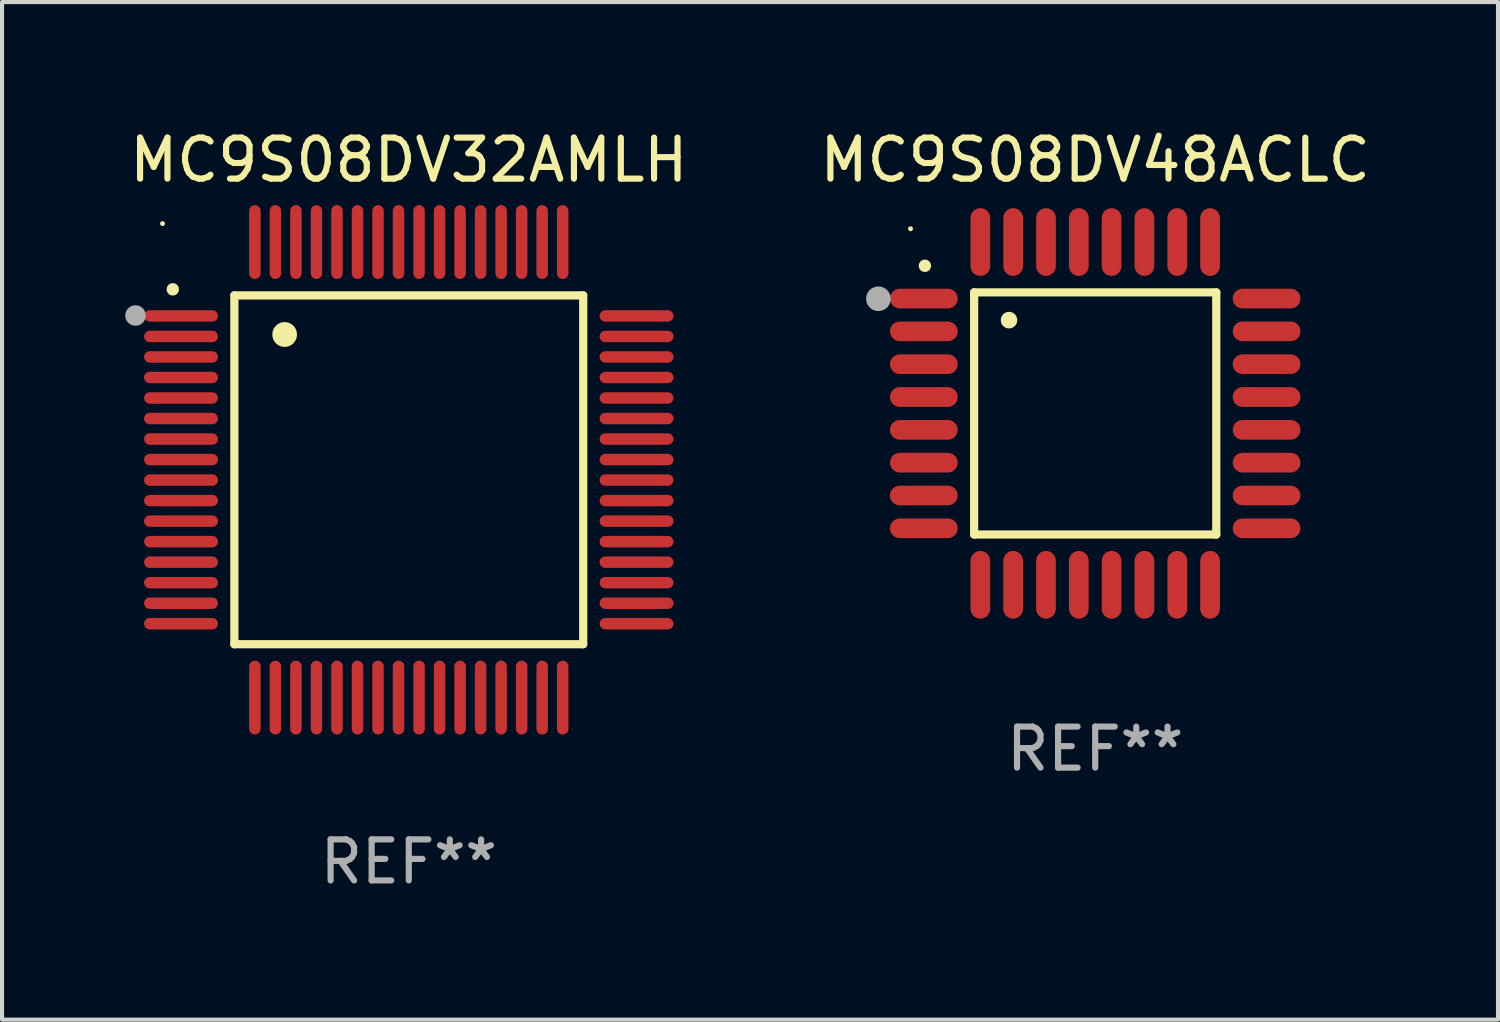
<source format=kicad_pcb>
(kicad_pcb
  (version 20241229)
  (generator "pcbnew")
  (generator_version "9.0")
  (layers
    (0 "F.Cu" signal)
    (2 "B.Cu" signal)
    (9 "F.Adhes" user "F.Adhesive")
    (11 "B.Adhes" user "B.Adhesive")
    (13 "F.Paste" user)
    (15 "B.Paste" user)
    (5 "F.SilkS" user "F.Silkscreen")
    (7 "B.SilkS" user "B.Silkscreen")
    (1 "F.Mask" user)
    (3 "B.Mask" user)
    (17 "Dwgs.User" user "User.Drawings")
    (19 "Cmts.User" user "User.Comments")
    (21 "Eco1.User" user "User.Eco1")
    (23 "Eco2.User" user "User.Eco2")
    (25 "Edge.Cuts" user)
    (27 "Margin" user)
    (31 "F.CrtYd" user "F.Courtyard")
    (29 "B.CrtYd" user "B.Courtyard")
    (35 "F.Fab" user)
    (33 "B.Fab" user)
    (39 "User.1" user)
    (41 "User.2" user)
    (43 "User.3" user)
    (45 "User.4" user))
  (footprint "MC9S08DV32AMLH"
    (layer "F.Cu")
    (at 6.911 8.398)
    (property "Reference" "MC9S08DV32AMLH" (at 0 -7.55 0) (layer "F.SilkS") (effects (font (size 1 1) (thickness 0.15))))
    (attr through_hole)
    (fp_line (start -4.25 -4.25) (end -4.25 4.25) (stroke (width 0.2) (type solid)) (layer "F.SilkS"))
    (fp_line (start -4.25 4.25) (end 4.25 4.25) (stroke (width 0.2) (type solid)) (layer "F.SilkS"))
    (fp_line (start 4.25 -4.25) (end -4.25 -4.25) (stroke (width 0.2) (type solid)) (layer "F.SilkS"))
    (fp_line (start 4.25 4.25) (end 4.25 -4.25) (stroke (width 0.2) (type solid)) (layer "F.SilkS"))
    (fp_arc (start -5.750572 -4.396749) (mid -5.750577 -4.398019) (end -5.750572 -4.399289) (stroke (width 0.3) (type solid)) (layer "F.SilkS"))
    (fp_arc (start -3.025146 -3.294387) (mid -3.025157 -3.296927) (end -3.025146 -3.299467) (stroke (width 0.6) (type solid)) (layer "F.SilkS"))
    (fp_circle (center -6 -6) (end -5.97 -6) (stroke (width 0.06) (type solid)) (fill no) (layer "F.SilkS"))
    (fp_circle (center -6.66 -3.76) (end -6.535 -3.76) (stroke (width 0.25) (type solid)) (fill no) (layer "F.Fab"))
    (fp_text user "REF**" (at 0 9.55 0) (layer "F.Fab") (effects (font (size 1 1) (thickness 0.15))))
    (pad "1" smd oval (at -5.55 -3.75) (size 1.8 0.28) (layers "F.Cu" "F.Mask" "F.Paste"))
    (pad "2" smd oval (at -5.55 -3.25) (size 1.8 0.28) (layers "F.Cu" "F.Mask" "F.Paste"))
    (pad "3" smd oval (at -5.55 -2.75) (size 1.8 0.28) (layers "F.Cu" "F.Mask" "F.Paste"))
    (pad "4" smd oval (at -5.55 -2.25) (size 1.8 0.28) (layers "F.Cu" "F.Mask" "F.Paste"))
    (pad "5" smd oval (at -5.55 -1.75) (size 1.8 0.28) (layers "F.Cu" "F.Mask" "F.Paste"))
    (pad "6" smd oval (at -5.55 -1.25) (size 1.8 0.28) (layers "F.Cu" "F.Mask" "F.Paste"))
    (pad "7" smd oval (at -5.55 -0.75) (size 1.8 0.28) (layers "F.Cu" "F.Mask" "F.Paste"))
    (pad "8" smd oval (at -5.55 -0.25) (size 1.8 0.28) (layers "F.Cu" "F.Mask" "F.Paste"))
    (pad "9" smd oval (at -5.55 0.25) (size 1.8 0.28) (layers "F.Cu" "F.Mask" "F.Paste"))
    (pad "10" smd oval (at -5.55 0.75) (size 1.8 0.28) (layers "F.Cu" "F.Mask" "F.Paste"))
    (pad "11" smd oval (at -5.55 1.25) (size 1.8 0.28) (layers "F.Cu" "F.Mask" "F.Paste"))
    (pad "12" smd oval (at -5.55 1.75) (size 1.8 0.28) (layers "F.Cu" "F.Mask" "F.Paste"))
    (pad "13" smd oval (at -5.55 2.25) (size 1.8 0.28) (layers "F.Cu" "F.Mask" "F.Paste"))
    (pad "14" smd oval (at -5.55 2.75) (size 1.8 0.28) (layers "F.Cu" "F.Mask" "F.Paste"))
    (pad "15" smd oval (at -5.55 3.25) (size 1.8 0.28) (layers "F.Cu" "F.Mask" "F.Paste"))
    (pad "16" smd oval (at -5.55 3.75) (size 1.8 0.28) (layers "F.Cu" "F.Mask" "F.Paste"))
    (pad "17" smd oval (at -3.75 5.55) (size 0.28 1.8) (layers "F.Cu" "F.Mask" "F.Paste"))
    (pad "18" smd oval (at -3.25 5.55) (size 0.28 1.8) (layers "F.Cu" "F.Mask" "F.Paste"))
    (pad "19" smd oval (at -2.75 5.55) (size 0.28 1.8) (layers "F.Cu" "F.Mask" "F.Paste"))
    (pad "20" smd oval (at -2.25 5.55) (size 0.28 1.8) (layers "F.Cu" "F.Mask" "F.Paste"))
    (pad "21" smd oval (at -1.75 5.55) (size 0.28 1.8) (layers "F.Cu" "F.Mask" "F.Paste"))
    (pad "22" smd oval (at -1.25 5.55) (size 0.28 1.8) (layers "F.Cu" "F.Mask" "F.Paste"))
    (pad "23" smd oval (at -0.75 5.55) (size 0.28 1.8) (layers "F.Cu" "F.Mask" "F.Paste"))
    (pad "24" smd oval (at -0.25 5.55) (size 0.28 1.8) (layers "F.Cu" "F.Mask" "F.Paste"))
    (pad "25" smd oval (at 0.25 5.55) (size 0.28 1.8) (layers "F.Cu" "F.Mask" "F.Paste"))
    (pad "26" smd oval (at 0.75 5.55) (size 0.28 1.8) (layers "F.Cu" "F.Mask" "F.Paste"))
    (pad "27" smd oval (at 1.25 5.55) (size 0.28 1.8) (layers "F.Cu" "F.Mask" "F.Paste"))
    (pad "28" smd oval (at 1.75 5.55) (size 0.28 1.8) (layers "F.Cu" "F.Mask" "F.Paste"))
    (pad "29" smd oval (at 2.25 5.55) (size 0.28 1.8) (layers "F.Cu" "F.Mask" "F.Paste"))
    (pad "30" smd oval (at 2.75 5.55) (size 0.28 1.8) (layers "F.Cu" "F.Mask" "F.Paste"))
    (pad "31" smd oval (at 3.25 5.55) (size 0.28 1.8) (layers "F.Cu" "F.Mask" "F.Paste"))
    (pad "32" smd oval (at 3.75 5.55) (size 0.28 1.8) (layers "F.Cu" "F.Mask" "F.Paste"))
    (pad "33" smd oval (at 5.55 3.75) (size 1.8 0.28) (layers "F.Cu" "F.Mask" "F.Paste"))
    (pad "34" smd oval (at 5.55 3.25) (size 1.8 0.28) (layers "F.Cu" "F.Mask" "F.Paste"))
    (pad "35" smd oval (at 5.55 2.75) (size 1.8 0.28) (layers "F.Cu" "F.Mask" "F.Paste"))
    (pad "36" smd oval (at 5.55 2.25) (size 1.8 0.28) (layers "F.Cu" "F.Mask" "F.Paste"))
    (pad "37" smd oval (at 5.55 1.75) (size 1.8 0.28) (layers "F.Cu" "F.Mask" "F.Paste"))
    (pad "38" smd oval (at 5.55 1.25) (size 1.8 0.28) (layers "F.Cu" "F.Mask" "F.Paste"))
    (pad "39" smd oval (at 5.55 0.75) (size 1.8 0.28) (layers "F.Cu" "F.Mask" "F.Paste"))
    (pad "40" smd oval (at 5.55 0.25) (size 1.8 0.28) (layers "F.Cu" "F.Mask" "F.Paste"))
    (pad "41" smd oval (at 5.55 -0.25) (size 1.8 0.28) (layers "F.Cu" "F.Mask" "F.Paste"))
    (pad "42" smd oval (at 5.55 -0.75) (size 1.8 0.28) (layers "F.Cu" "F.Mask" "F.Paste"))
    (pad "43" smd oval (at 5.55 -1.25) (size 1.8 0.28) (layers "F.Cu" "F.Mask" "F.Paste"))
    (pad "44" smd oval (at 5.55 -1.75) (size 1.8 0.28) (layers "F.Cu" "F.Mask" "F.Paste"))
    (pad "45" smd oval (at 5.55 -2.25) (size 1.8 0.28) (layers "F.Cu" "F.Mask" "F.Paste"))
    (pad "46" smd oval (at 5.55 -2.75) (size 1.8 0.28) (layers "F.Cu" "F.Mask" "F.Paste"))
    (pad "47" smd oval (at 5.55 -3.25) (size 1.8 0.28) (layers "F.Cu" "F.Mask" "F.Paste"))
    (pad "48" smd oval (at 5.55 -3.75) (size 1.8 0.28) (layers "F.Cu" "F.Mask" "F.Paste"))
    (pad "49" smd oval (at 3.75 -5.55) (size 0.28 1.8) (layers "F.Cu" "F.Mask" "F.Paste"))
    (pad "50" smd oval (at 3.25 -5.55) (size 0.28 1.8) (layers "F.Cu" "F.Mask" "F.Paste"))
    (pad "51" smd oval (at 2.75 -5.55) (size 0.28 1.8) (layers "F.Cu" "F.Mask" "F.Paste"))
    (pad "52" smd oval (at 2.25 -5.55) (size 0.28 1.8) (layers "F.Cu" "F.Mask" "F.Paste"))
    (pad "53" smd oval (at 1.75 -5.55) (size 0.28 1.8) (layers "F.Cu" "F.Mask" "F.Paste"))
    (pad "54" smd oval (at 1.25 -5.55) (size 0.28 1.8) (layers "F.Cu" "F.Mask" "F.Paste"))
    (pad "55" smd oval (at 0.75 -5.55) (size 0.28 1.8) (layers "F.Cu" "F.Mask" "F.Paste"))
    (pad "56" smd oval (at 0.25 -5.55) (size 0.28 1.8) (layers "F.Cu" "F.Mask" "F.Paste"))
    (pad "57" smd oval (at -0.25 -5.55) (size 0.28 1.8) (layers "F.Cu" "F.Mask" "F.Paste"))
    (pad "58" smd oval (at -0.75 -5.55) (size 0.28 1.8) (layers "F.Cu" "F.Mask" "F.Paste"))
    (pad "59" smd oval (at -1.25 -5.55) (size 0.28 1.8) (layers "F.Cu" "F.Mask" "F.Paste"))
    (pad "60" smd oval (at -1.75 -5.55) (size 0.28 1.8) (layers "F.Cu" "F.Mask" "F.Paste"))
    (pad "61" smd oval (at -2.25 -5.55) (size 0.28 1.8) (layers "F.Cu" "F.Mask" "F.Paste"))
    (pad "62" smd oval (at -2.75 -5.55) (size 0.28 1.8) (layers "F.Cu" "F.Mask" "F.Paste"))
    (pad "63" smd oval (at -3.25 -5.55) (size 0.28 1.8) (layers "F.Cu" "F.Mask" "F.Paste"))
    (pad "64" smd oval (at -3.75 -5.55) (size 0.28 1.8) (layers "F.Cu" "F.Mask" "F.Paste")))
  (footprint "MC9S08DV48ACLC"
    (layer "F.Cu")
    (at 23.637 7.024)
    (property "Reference" "MC9S08DV48ACLC" (at 0 -6.176 0) (layer "F.SilkS") (effects (font (size 1 1) (thickness 0.15))))
    (attr through_hole)
    (fp_line (start -2.95 -2.95) (end -2.95 2.95) (stroke (width 0.2) (type solid)) (layer "F.SilkS"))
    (fp_line (start -2.95 2.95) (end 2.95 2.95) (stroke (width 0.2) (type solid)) (layer "F.SilkS"))
    (fp_line (start 2.95 -2.95) (end -2.95 -2.95) (stroke (width 0.2) (type solid)) (layer "F.SilkS"))
    (fp_line (start 2.95 2.95) (end 2.95 -2.95) (stroke (width 0.2) (type solid)) (layer "F.SilkS"))
    (fp_arc (start -4.150178 -3.596622) (mid -4.150183 -3.597892) (end -4.150178 -3.599162) (stroke (width 0.3) (type solid)) (layer "F.SilkS"))
    (fp_arc (start -2.100394 -2.270739) (mid -2.10041 -2.273279) (end -2.100394 -2.275819) (stroke (width 0.4) (type solid)) (layer "F.SilkS"))
    (fp_circle (center -4.5 -4.5) (end -4.47 -4.5) (stroke (width 0.06) (type solid)) (fill no) (layer "F.SilkS"))
    (fp_circle (center -5.283 -2.794) (end -5.133 -2.794) (stroke (width 0.3) (type solid)) (fill no) (layer "F.Fab"))
    (fp_text user "REF**" (at 0 8.176 0) (layer "F.Fab") (effects (font (size 1 1) (thickness 0.15))))
    (pad "1" smd oval (at -4.176 -2.799 90) (size 0.48 1.65) (layers "F.Cu" "F.Mask" "F.Paste"))
    (pad "2" smd oval (at -4.176 -2 90) (size 0.48 1.65) (layers "F.Cu" "F.Mask" "F.Paste"))
    (pad "3" smd oval (at -4.176 -1.2 90) (size 0.48 1.65) (layers "F.Cu" "F.Mask" "F.Paste"))
    (pad "4" smd oval (at -4.176 -0.4 90) (size 0.48 1.65) (layers "F.Cu" "F.Mask" "F.Paste"))
    (pad "5" smd oval (at -4.176 0.4 90) (size 0.48 1.65) (layers "F.Cu" "F.Mask" "F.Paste"))
    (pad "6" smd oval (at -4.176 1.2 90) (size 0.48 1.65) (layers "F.Cu" "F.Mask" "F.Paste"))
    (pad "7" smd oval (at -4.176 2 90) (size 0.48 1.65) (layers "F.Cu" "F.Mask" "F.Paste"))
    (pad "8" smd oval (at -4.176 2.799 90) (size 0.48 1.65) (layers "F.Cu" "F.Mask" "F.Paste"))
    (pad "9" smd oval (at -2.799 4.176) (size 0.48 1.65) (layers "F.Cu" "F.Mask" "F.Paste"))
    (pad "10" smd oval (at -2 4.176) (size 0.48 1.65) (layers "F.Cu" "F.Mask" "F.Paste"))
    (pad "11" smd oval (at -1.2 4.176) (size 0.48 1.65) (layers "F.Cu" "F.Mask" "F.Paste"))
    (pad "12" smd oval (at -0.4 4.176) (size 0.48 1.65) (layers "F.Cu" "F.Mask" "F.Paste"))
    (pad "13" smd oval (at 0.4 4.176) (size 0.48 1.65) (layers "F.Cu" "F.Mask" "F.Paste"))
    (pad "14" smd oval (at 1.2 4.176) (size 0.48 1.65) (layers "F.Cu" "F.Mask" "F.Paste"))
    (pad "15" smd oval (at 2 4.176) (size 0.48 1.65) (layers "F.Cu" "F.Mask" "F.Paste"))
    (pad "16" smd oval (at 2.799 4.176) (size 0.48 1.65) (layers "F.Cu" "F.Mask" "F.Paste"))
    (pad "17" smd oval (at 4.176 2.799 90) (size 0.48 1.65) (layers "F.Cu" "F.Mask" "F.Paste"))
    (pad "18" smd oval (at 4.176 2 90) (size 0.48 1.65) (layers "F.Cu" "F.Mask" "F.Paste"))
    (pad "19" smd oval (at 4.176 1.2 90) (size 0.48 1.65) (layers "F.Cu" "F.Mask" "F.Paste"))
    (pad "20" smd oval (at 4.176 0.4 90) (size 0.48 1.65) (layers "F.Cu" "F.Mask" "F.Paste"))
    (pad "21" smd oval (at 4.176 -0.4 90) (size 0.48 1.65) (layers "F.Cu" "F.Mask" "F.Paste"))
    (pad "22" smd oval (at 4.176 -1.2 90) (size 0.48 1.65) (layers "F.Cu" "F.Mask" "F.Paste"))
    (pad "23" smd oval (at 4.176 -2 90) (size 0.48 1.65) (layers "F.Cu" "F.Mask" "F.Paste"))
    (pad "24" smd oval (at 4.176 -2.799 90) (size 0.48 1.65) (layers "F.Cu" "F.Mask" "F.Paste"))
    (pad "25" smd oval (at 2.799 -4.176) (size 0.48 1.65) (layers "F.Cu" "F.Mask" "F.Paste"))
    (pad "26" smd oval (at 1.999 -4.176) (size 0.48 1.65) (layers "F.Cu" "F.Mask" "F.Paste"))
    (pad "27" smd oval (at 1.199 -4.176) (size 0.48 1.65) (layers "F.Cu" "F.Mask" "F.Paste"))
    (pad "28" smd oval (at 0.399 -4.176) (size 0.48 1.65) (layers "F.Cu" "F.Mask" "F.Paste"))
    (pad "29" smd oval (at -0.399 -4.176) (size 0.48 1.65) (layers "F.Cu" "F.Mask" "F.Paste"))
    (pad "30" smd oval (at -1.199 -4.176) (size 0.48 1.65) (layers "F.Cu" "F.Mask" "F.Paste"))
    (pad "31" smd oval (at -1.999 -4.176) (size 0.48 1.65) (layers "F.Cu" "F.Mask" "F.Paste"))
    (pad "32" smd oval (at -2.799 -4.176) (size 0.48 1.65) (layers "F.Cu" "F.Mask" "F.Paste")))
  (gr_rect
    (start -3 -3)
    (end 33.452 21.796)
    (stroke (width 0.1) (type default))
    (fill no)
    (layer "Edge.Cuts")))
</source>
